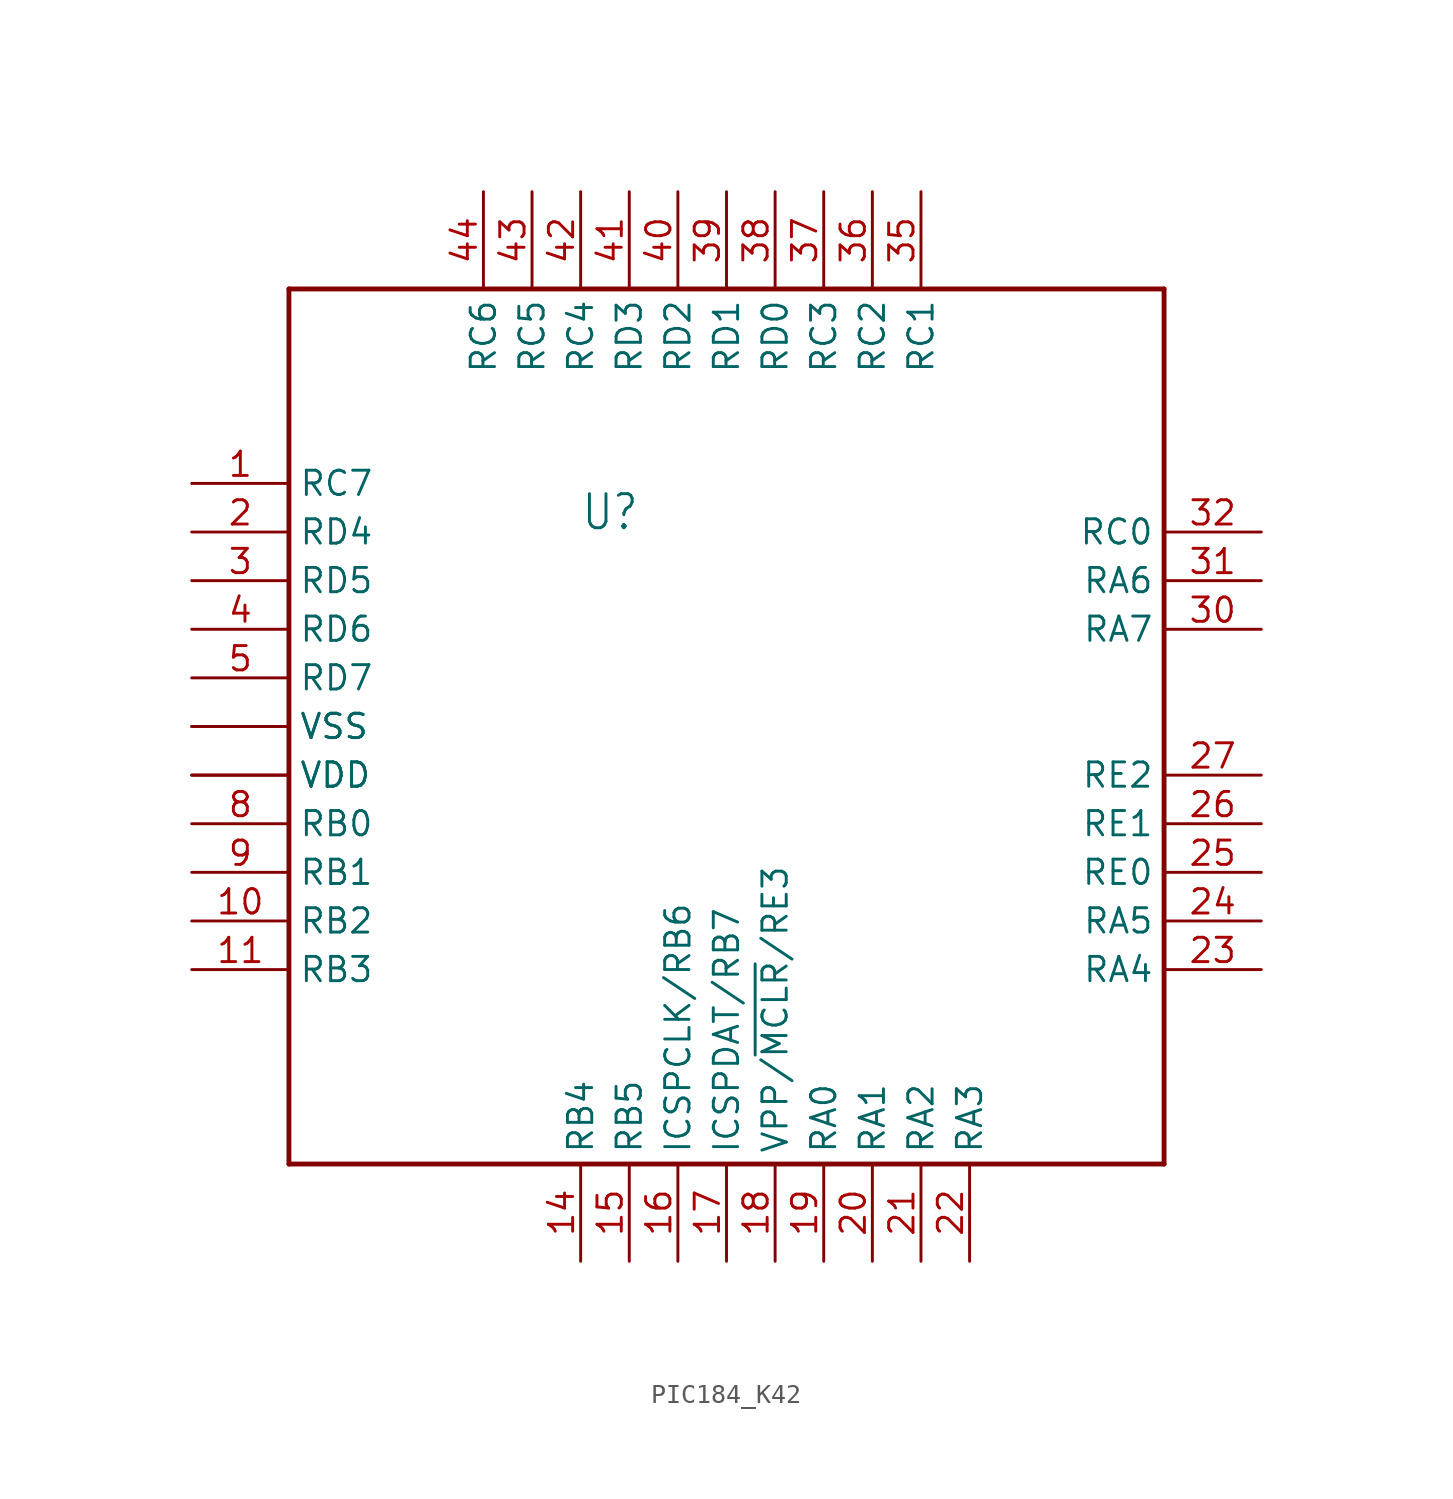
<source format=kicad_sym>
(kicad_symbol_lib
  (version 20231120)
  (generator "kicad_symbol_editor")
  (generator_version "8.0")
  (symbol "PIC184_K42"
    (property "Reference" "U"
      (at -7.62 10.16 0)
      (effects (font (size 1.778 1.511)) (justify left bottom)))
    (property "Value" ""
      (at -7.62 7.62 0)
      (effects (font (size 1.778 1.511)) (justify left bottom)))
    (property "ki_locked" ""
      (at 0 0 0)
      (effects (font (size 1.27 1.27))))
    (symbol "PIC184_K42_1_0"
      (polyline (pts (xy -22.86 -22.86) (xy 22.86 -22.86)) (stroke (width 0.254) (type solid)) (fill (type none)))
      (polyline (pts (xy -22.86 22.86) (xy -22.86 -22.86)) (stroke (width 0.254) (type solid)) (fill (type none)))
      (polyline (pts (xy 22.86 -22.86) (xy 22.86 22.86)) (stroke (width 0.254) (type solid)) (fill (type none)))
      (polyline (pts (xy 22.86 22.86) (xy -22.86 22.86)) (stroke (width 0.254) (type solid)) (fill (type none)))
      (pin bidirectional line (at -27.94 12.7 0) (length 5.08) (name "RC7" (effects (font (size 1.27 1.27)))) (number "1" (effects (font (size 1.27 1.27)))))
      (pin bidirectional line (at -27.94 -10.16 0) (length 5.08) (name "RB2" (effects (font (size 1.27 1.27)))) (number "10" (effects (font (size 1.27 1.27)))))
      (pin bidirectional line (at -27.94 -12.7 0) (length 5.08) (name "RB3" (effects (font (size 1.27 1.27)))) (number "11" (effects (font (size 1.27 1.27)))))
      (pin bidirectional line (at -7.62 -27.94 90) (length 5.08) (name "RB4" (effects (font (size 1.27 1.27)))) (number "14" (effects (font (size 1.27 1.27)))))
      (pin bidirectional line (at -5.08 -27.94 90) (length 5.08) (name "RB5" (effects (font (size 1.27 1.27)))) (number "15" (effects (font (size 1.27 1.27)))))
      (pin bidirectional line (at -2.54 -27.94 90) (length 5.08) (name "ICSPCLK/RB6" (effects (font (size 1.27 1.27)))) (number "16" (effects (font (size 1.27 1.27)))))
      (pin bidirectional line (at 0 -27.94 90) (length 5.08) (name "ICSPDAT/RB7" (effects (font (size 1.27 1.27)))) (number "17" (effects (font (size 1.27 1.27)))))
      (pin bidirectional line (at 2.54 -27.94 90) (length 5.08) (name "VPP/~{MCLR}/RE3" (effects (font (size 1.27 1.27)))) (number "18" (effects (font (size 1.27 1.27)))))
      (pin bidirectional line (at 5.08 -27.94 90) (length 5.08) (name "RA0" (effects (font (size 1.27 1.27)))) (number "19" (effects (font (size 1.27 1.27)))))
      (pin bidirectional line (at -27.94 10.16 0) (length 5.08) (name "RD4" (effects (font (size 1.27 1.27)))) (number "2" (effects (font (size 1.27 1.27)))))
      (pin bidirectional line (at 7.62 -27.94 90) (length 5.08) (name "RA1" (effects (font (size 1.27 1.27)))) (number "20" (effects (font (size 1.27 1.27)))))
      (pin bidirectional line (at 10.16 -27.94 90) (length 5.08) (name "RA2" (effects (font (size 1.27 1.27)))) (number "21" (effects (font (size 1.27 1.27)))))
      (pin bidirectional line (at 12.7 -27.94 90) (length 5.08) (name "RA3" (effects (font (size 1.27 1.27)))) (number "22" (effects (font (size 1.27 1.27)))))
      (pin bidirectional line (at 27.94 -12.7 180) (length 5.08) (name "RA4" (effects (font (size 1.27 1.27)))) (number "23" (effects (font (size 1.27 1.27)))))
      (pin bidirectional line (at 27.94 -10.16 180) (length 5.08) (name "RA5" (effects (font (size 1.27 1.27)))) (number "24" (effects (font (size 1.27 1.27)))))
      (pin bidirectional line (at 27.94 -7.62 180) (length 5.08) (name "RE0" (effects (font (size 1.27 1.27)))) (number "25" (effects (font (size 1.27 1.27)))))
      (pin bidirectional line (at 27.94 -5.08 180) (length 5.08) (name "RE1" (effects (font (size 1.27 1.27)))) (number "26" (effects (font (size 1.27 1.27)))))
      (pin bidirectional line (at 27.94 -2.54 180) (length 5.08) (name "RE2" (effects (font (size 1.27 1.27)))) (number "27" (effects (font (size 1.27 1.27)))))
      (pin bidirectional line (at -27.94 -2.54 0) (length 5.08) (name "VDD" (effects (font (size 1.27 1.27)))) (number "28" (effects (font (size 0 0)))))
      (pin bidirectional line (at -27.94 0 0) (length 5.08) (name "VSS" (effects (font (size 1.27 1.27)))) (number "29" (effects (font (size 0 0)))))
      (pin bidirectional line (at -27.94 7.62 0) (length 5.08) (name "RD5" (effects (font (size 1.27 1.27)))) (number "3" (effects (font (size 1.27 1.27)))))
      (pin bidirectional line (at 27.94 5.08 180) (length 5.08) (name "RA7" (effects (font (size 1.27 1.27)))) (number "30" (effects (font (size 1.27 1.27)))))
      (pin bidirectional line (at 27.94 7.62 180) (length 5.08) (name "RA6" (effects (font (size 1.27 1.27)))) (number "31" (effects (font (size 1.27 1.27)))))
      (pin bidirectional line (at 27.94 10.16 180) (length 5.08) (name "RC0" (effects (font (size 1.27 1.27)))) (number "32" (effects (font (size 1.27 1.27)))))
      (pin bidirectional line (at 10.16 27.94 270) (length 5.08) (name "RC1" (effects (font (size 1.27 1.27)))) (number "35" (effects (font (size 1.27 1.27)))))
      (pin bidirectional line (at 7.62 27.94 270) (length 5.08) (name "RC2" (effects (font (size 1.27 1.27)))) (number "36" (effects (font (size 1.27 1.27)))))
      (pin bidirectional line (at 5.08 27.94 270) (length 5.08) (name "RC3" (effects (font (size 1.27 1.27)))) (number "37" (effects (font (size 1.27 1.27)))))
      (pin bidirectional line (at 2.54 27.94 270) (length 5.08) (name "RD0" (effects (font (size 1.27 1.27)))) (number "38" (effects (font (size 1.27 1.27)))))
      (pin bidirectional line (at 0 27.94 270) (length 5.08) (name "RD1" (effects (font (size 1.27 1.27)))) (number "39" (effects (font (size 1.27 1.27)))))
      (pin bidirectional line (at -27.94 5.08 0) (length 5.08) (name "RD6" (effects (font (size 1.27 1.27)))) (number "4" (effects (font (size 1.27 1.27)))))
      (pin bidirectional line (at -2.54 27.94 270) (length 5.08) (name "RD2" (effects (font (size 1.27 1.27)))) (number "40" (effects (font (size 1.27 1.27)))))
      (pin bidirectional line (at -5.08 27.94 270) (length 5.08) (name "RD3" (effects (font (size 1.27 1.27)))) (number "41" (effects (font (size 1.27 1.27)))))
      (pin bidirectional line (at -7.62 27.94 270) (length 5.08) (name "RC4" (effects (font (size 1.27 1.27)))) (number "42" (effects (font (size 1.27 1.27)))))
      (pin bidirectional line (at -10.16 27.94 270) (length 5.08) (name "RC5" (effects (font (size 1.27 1.27)))) (number "43" (effects (font (size 1.27 1.27)))))
      (pin bidirectional line (at -12.7 27.94 270) (length 5.08) (name "RC6" (effects (font (size 1.27 1.27)))) (number "44" (effects (font (size 1.27 1.27)))))
      (pin bidirectional line (at -27.94 2.54 0) (length 5.08) (name "RD7" (effects (font (size 1.27 1.27)))) (number "5" (effects (font (size 1.27 1.27)))))
      (pin bidirectional line (at -27.94 0 0) (length 5.08) (name "VSS" (effects (font (size 1.27 1.27)))) (number "6" (effects (font (size 0 0)))))
      (pin bidirectional line (at -27.94 -2.54 0) (length 5.08) (name "VDD" (effects (font (size 1.27 1.27)))) (number "7" (effects (font (size 0 0)))))
      (pin bidirectional line (at -27.94 -5.08 0) (length 5.08) (name "RB0" (effects (font (size 1.27 1.27)))) (number "8" (effects (font (size 1.27 1.27)))))
      (pin bidirectional line (at -27.94 -7.62 0) (length 5.08) (name "RB1" (effects (font (size 1.27 1.27)))) (number "9" (effects (font (size 1.27 1.27))))))))
</source>
